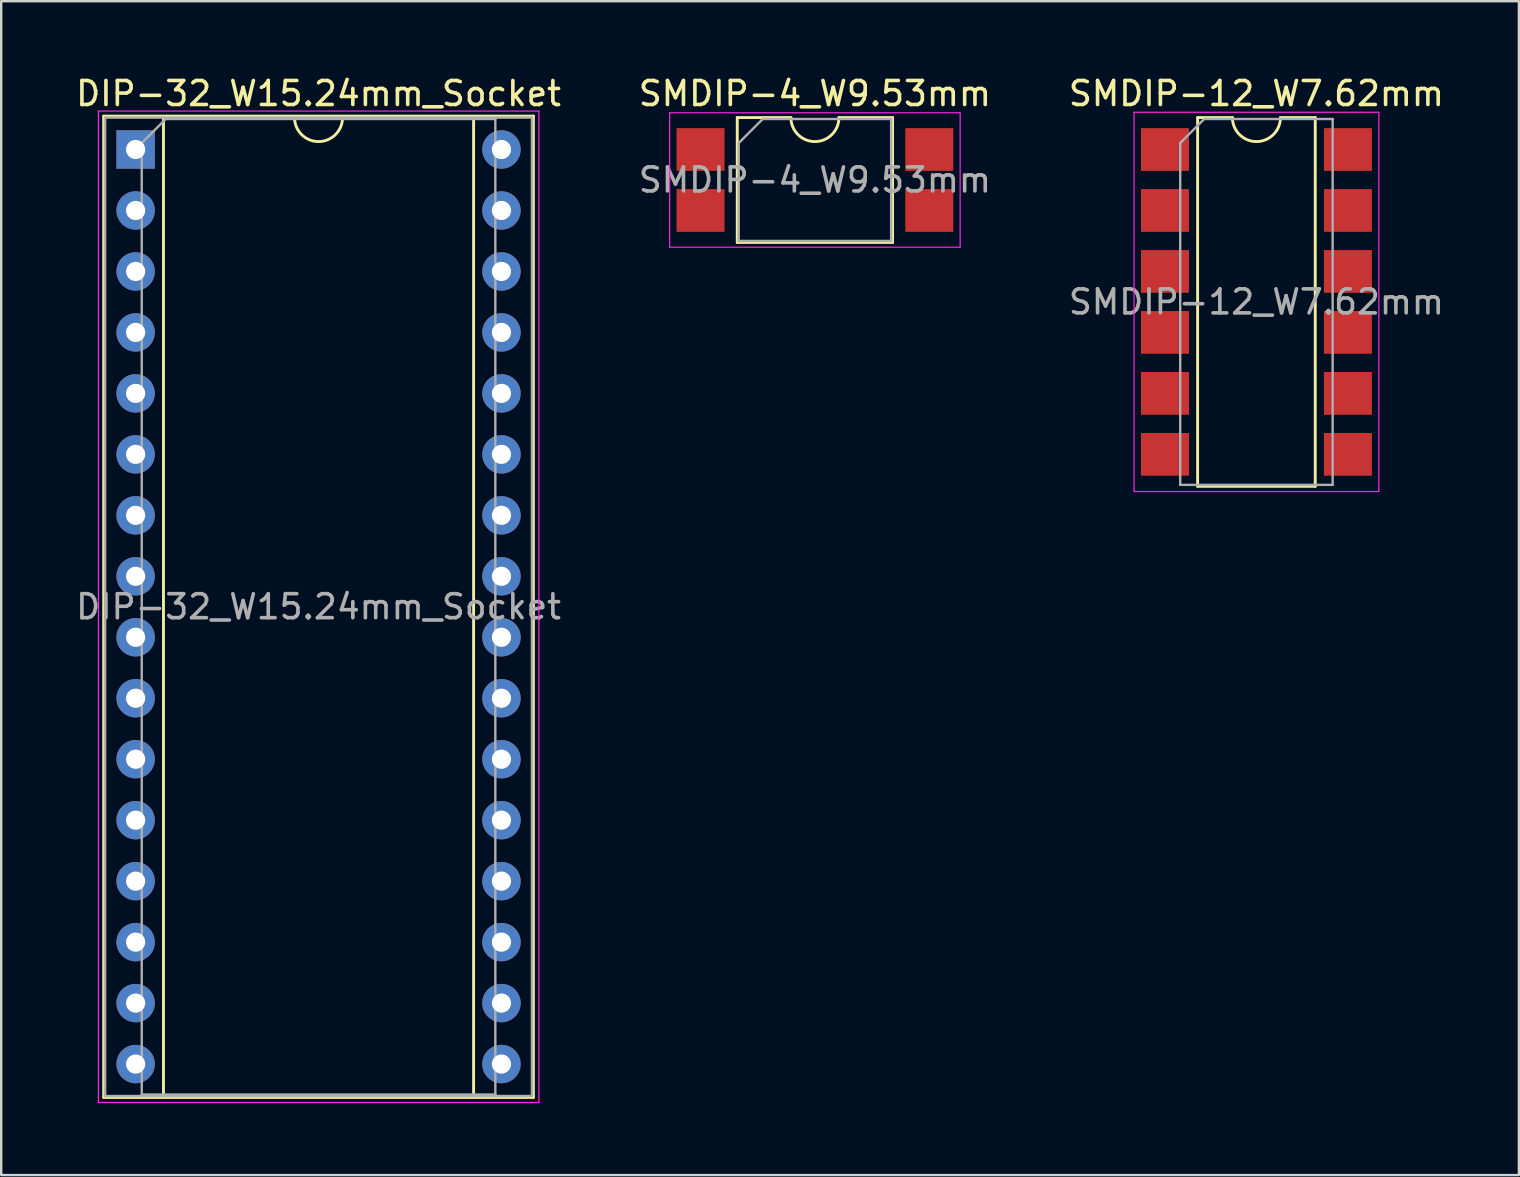
<source format=kicad_pcb>
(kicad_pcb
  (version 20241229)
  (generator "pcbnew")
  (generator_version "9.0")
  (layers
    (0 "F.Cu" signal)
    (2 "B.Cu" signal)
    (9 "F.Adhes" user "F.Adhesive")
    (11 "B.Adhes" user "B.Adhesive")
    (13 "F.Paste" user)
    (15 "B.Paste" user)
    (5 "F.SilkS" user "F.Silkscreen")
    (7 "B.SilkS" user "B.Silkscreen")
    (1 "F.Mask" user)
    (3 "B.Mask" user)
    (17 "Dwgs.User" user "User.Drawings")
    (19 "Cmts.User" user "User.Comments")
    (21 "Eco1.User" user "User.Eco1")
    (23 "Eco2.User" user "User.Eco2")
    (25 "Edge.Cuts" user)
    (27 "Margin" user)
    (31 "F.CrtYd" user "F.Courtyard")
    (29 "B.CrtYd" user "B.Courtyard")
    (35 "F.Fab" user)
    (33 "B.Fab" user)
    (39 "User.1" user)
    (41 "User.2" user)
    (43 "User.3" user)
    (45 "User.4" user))
  (footprint "SMDIP-4_W9.53mm"
    (layer "F.Cu")
    (at 30.899 4.448)
    (property "Reference" "SMDIP-4_W9.53mm" (at 0 -3.6 0) (layer "F.SilkS") (effects (font (size 1 1) (thickness 0.15))))
    (attr smd)
    (fp_line (start -3.235 -2.6) (end -3.235 2.6) (stroke (width 0.12) (type solid)) (layer "F.SilkS"))
    (fp_line (start -3.235 2.6) (end 3.235 2.6) (stroke (width 0.12) (type solid)) (layer "F.SilkS"))
    (fp_line (start -1 -2.6) (end -3.235 -2.6) (stroke (width 0.12) (type solid)) (layer "F.SilkS"))
    (fp_line (start 3.235 -2.6) (end 1 -2.6) (stroke (width 0.12) (type solid)) (layer "F.SilkS"))
    (fp_line (start 3.235 2.6) (end 3.235 -2.6) (stroke (width 0.12) (type solid)) (layer "F.SilkS"))
    (fp_arc (start 1 -2.6) (mid 0 -1.6) (end -1 -2.6) (stroke (width 0.12) (type solid)) (layer "F.SilkS"))
    (fp_line (start -6.05 -2.8) (end -6.05 2.8) (stroke (width 0.05) (type solid)) (layer "F.CrtYd"))
    (fp_line (start -6.05 2.8) (end 6.05 2.8) (stroke (width 0.05) (type solid)) (layer "F.CrtYd"))
    (fp_line (start 6.05 -2.8) (end -6.05 -2.8) (stroke (width 0.05) (type solid)) (layer "F.CrtYd"))
    (fp_line (start 6.05 2.8) (end 6.05 -2.8) (stroke (width 0.05) (type solid)) (layer "F.CrtYd"))
    (fp_line (start -3.175 -1.54) (end -2.175 -2.54) (stroke (width 0.1) (type solid)) (layer "F.Fab"))
    (fp_line (start -3.175 2.54) (end -3.175 -1.54) (stroke (width 0.1) (type solid)) (layer "F.Fab"))
    (fp_line (start -2.175 -2.54) (end 3.175 -2.54) (stroke (width 0.1) (type solid)) (layer "F.Fab"))
    (fp_line (start 3.175 -2.54) (end 3.175 2.54) (stroke (width 0.1) (type solid)) (layer "F.Fab"))
    (fp_line (start 3.175 2.54) (end -3.175 2.54) (stroke (width 0.1) (type solid)) (layer "F.Fab"))
    (fp_text user "${REFERENCE}" (at 0 0 0) (layer "F.Fab") (effects (font (size 1 1) (thickness 0.15))))
    (pad "1" smd rect (at -4.765 -1.27) (size 2 1.78) (layers "F.Cu" "F.Mask" "F.Paste"))
    (pad "2" smd rect (at -4.765 1.27) (size 2 1.78) (layers "F.Cu" "F.Mask" "F.Paste"))
    (pad "3" smd rect (at 4.765 1.27) (size 2 1.78) (layers "F.Cu" "F.Mask" "F.Paste"))
    (pad "4" smd rect (at 4.765 -1.27) (size 2 1.78) (layers "F.Cu" "F.Mask" "F.Paste")))
  (footprint "SMDIP-12_W7.62mm"
    (layer "F.Cu")
    (at 49.292 9.528)
    (property "Reference" "SMDIP-12_W7.62mm" (at 0 -8.68 0) (layer "F.SilkS") (effects (font (size 1 1) (thickness 0.15))))
    (attr smd)
    (fp_line (start -2.45 -7.68) (end -2.45 7.68) (stroke (width 0.12) (type solid)) (layer "F.SilkS"))
    (fp_line (start -2.45 7.68) (end 2.45 7.68) (stroke (width 0.12) (type solid)) (layer "F.SilkS"))
    (fp_line (start -1 -7.68) (end -2.45 -7.68) (stroke (width 0.12) (type solid)) (layer "F.SilkS"))
    (fp_line (start 2.45 -7.68) (end 1 -7.68) (stroke (width 0.12) (type solid)) (layer "F.SilkS"))
    (fp_line (start 2.45 7.68) (end 2.45 -7.68) (stroke (width 0.12) (type solid)) (layer "F.SilkS"))
    (fp_arc (start 1 -7.68) (mid 0 -6.68) (end -1 -7.68) (stroke (width 0.12) (type solid)) (layer "F.SilkS"))
    (fp_line (start -5.1 -7.9) (end -5.1 7.9) (stroke (width 0.05) (type solid)) (layer "F.CrtYd"))
    (fp_line (start -5.1 7.9) (end 5.1 7.9) (stroke (width 0.05) (type solid)) (layer "F.CrtYd"))
    (fp_line (start 5.1 -7.9) (end -5.1 -7.9) (stroke (width 0.05) (type solid)) (layer "F.CrtYd"))
    (fp_line (start 5.1 7.9) (end 5.1 -7.9) (stroke (width 0.05) (type solid)) (layer "F.CrtYd"))
    (fp_line (start -3.175 -6.62) (end -2.175 -7.62) (stroke (width 0.1) (type solid)) (layer "F.Fab"))
    (fp_line (start -3.175 7.62) (end -3.175 -6.62) (stroke (width 0.1) (type solid)) (layer "F.Fab"))
    (fp_line (start -2.175 -7.62) (end 3.175 -7.62) (stroke (width 0.1) (type solid)) (layer "F.Fab"))
    (fp_line (start 3.175 -7.62) (end 3.175 7.62) (stroke (width 0.1) (type solid)) (layer "F.Fab"))
    (fp_line (start 3.175 7.62) (end -3.175 7.62) (stroke (width 0.1) (type solid)) (layer "F.Fab"))
    (fp_text user "${REFERENCE}" (at 0 0 0) (layer "F.Fab") (effects (font (size 1 1) (thickness 0.15))))
    (pad "1" smd rect (at -3.81 -6.35) (size 2 1.78) (layers "F.Cu" "F.Mask" "F.Paste"))
    (pad "2" smd rect (at -3.81 -3.81) (size 2 1.78) (layers "F.Cu" "F.Mask" "F.Paste"))
    (pad "3" smd rect (at -3.81 -1.27) (size 2 1.78) (layers "F.Cu" "F.Mask" "F.Paste"))
    (pad "4" smd rect (at -3.81 1.27) (size 2 1.78) (layers "F.Cu" "F.Mask" "F.Paste"))
    (pad "5" smd rect (at -3.81 3.81) (size 2 1.78) (layers "F.Cu" "F.Mask" "F.Paste"))
    (pad "6" smd rect (at -3.81 6.35) (size 2 1.78) (layers "F.Cu" "F.Mask" "F.Paste"))
    (pad "7" smd rect (at 3.81 6.35) (size 2 1.78) (layers "F.Cu" "F.Mask" "F.Paste"))
    (pad "8" smd rect (at 3.81 3.81) (size 2 1.78) (layers "F.Cu" "F.Mask" "F.Paste"))
    (pad "9" smd rect (at 3.81 1.27) (size 2 1.78) (layers "F.Cu" "F.Mask" "F.Paste"))
    (pad "10" smd rect (at 3.81 -1.27) (size 2 1.78) (layers "F.Cu" "F.Mask" "F.Paste"))
    (pad "11" smd rect (at 3.81 -3.81) (size 2 1.78) (layers "F.Cu" "F.Mask" "F.Paste"))
    (pad "12" smd rect (at 3.81 -6.35) (size 2 1.78) (layers "F.Cu" "F.Mask" "F.Paste")))
  (footprint "DIP-32_W15.24mm_Socket"
    (layer "F.Cu")
    (at 2.6 3.178)
    (property "Reference" "DIP-32_W15.24mm_Socket" (at 7.62 -2.33 0) (layer "F.SilkS") (effects (font (size 1 1) (thickness 0.15))))
    (attr through_hole)
    (fp_line (start -1.33 -1.39) (end -1.33 39.49) (stroke (width 0.12) (type solid)) (layer "F.SilkS"))
    (fp_line (start -1.33 39.49) (end 16.57 39.49) (stroke (width 0.12) (type solid)) (layer "F.SilkS"))
    (fp_line (start 1.16 -1.33) (end 1.16 39.43) (stroke (width 0.12) (type solid)) (layer "F.SilkS"))
    (fp_line (start 1.16 39.43) (end 14.08 39.43) (stroke (width 0.12) (type solid)) (layer "F.SilkS"))
    (fp_line (start 6.62 -1.33) (end 1.16 -1.33) (stroke (width 0.12) (type solid)) (layer "F.SilkS"))
    (fp_line (start 14.08 -1.33) (end 8.62 -1.33) (stroke (width 0.12) (type solid)) (layer "F.SilkS"))
    (fp_line (start 14.08 39.43) (end 14.08 -1.33) (stroke (width 0.12) (type solid)) (layer "F.SilkS"))
    (fp_line (start 16.57 -1.39) (end -1.33 -1.39) (stroke (width 0.12) (type solid)) (layer "F.SilkS"))
    (fp_line (start 16.57 39.49) (end 16.57 -1.39) (stroke (width 0.12) (type solid)) (layer "F.SilkS"))
    (fp_arc (start 8.62 -1.33) (mid 7.62 -0.33) (end 6.62 -1.33) (stroke (width 0.12) (type solid)) (layer "F.SilkS"))
    (fp_line (start -1.55 -1.6) (end -1.55 39.7) (stroke (width 0.05) (type solid)) (layer "F.CrtYd"))
    (fp_line (start -1.55 39.7) (end 16.8 39.7) (stroke (width 0.05) (type solid)) (layer "F.CrtYd"))
    (fp_line (start 16.8 -1.6) (end -1.55 -1.6) (stroke (width 0.05) (type solid)) (layer "F.CrtYd"))
    (fp_line (start 16.8 39.7) (end 16.8 -1.6) (stroke (width 0.05) (type solid)) (layer "F.CrtYd"))
    (fp_line (start -1.27 -1.33) (end -1.27 39.43) (stroke (width 0.1) (type solid)) (layer "F.Fab"))
    (fp_line (start -1.27 39.43) (end 16.51 39.43) (stroke (width 0.1) (type solid)) (layer "F.Fab"))
    (fp_line (start 0.255 -0.27) (end 1.255 -1.27) (stroke (width 0.1) (type solid)) (layer "F.Fab"))
    (fp_line (start 0.255 39.37) (end 0.255 -0.27) (stroke (width 0.1) (type solid)) (layer "F.Fab"))
    (fp_line (start 1.255 -1.27) (end 14.985 -1.27) (stroke (width 0.1) (type solid)) (layer "F.Fab"))
    (fp_line (start 14.985 -1.27) (end 14.985 39.37) (stroke (width 0.1) (type solid)) (layer "F.Fab"))
    (fp_line (start 14.985 39.37) (end 0.255 39.37) (stroke (width 0.1) (type solid)) (layer "F.Fab"))
    (fp_line (start 16.51 -1.33) (end -1.27 -1.33) (stroke (width 0.1) (type solid)) (layer "F.Fab"))
    (fp_line (start 16.51 39.43) (end 16.51 -1.33) (stroke (width 0.1) (type solid)) (layer "F.Fab"))
    (fp_text user "${REFERENCE}" (at 7.62 19.05 0) (layer "F.Fab") (effects (font (size 1 1) (thickness 0.15))))
    (pad "1" thru_hole rect (at 0 0) (size 1.6 1.6) (drill 0.8) (layers "*.Cu" "*.Mask"))
    (pad "2" thru_hole oval (at 0 2.54) (size 1.6 1.6) (drill 0.8) (layers "*.Cu" "*.Mask"))
    (pad "3" thru_hole oval (at 0 5.08) (size 1.6 1.6) (drill 0.8) (layers "*.Cu" "*.Mask"))
    (pad "4" thru_hole oval (at 0 7.62) (size 1.6 1.6) (drill 0.8) (layers "*.Cu" "*.Mask"))
    (pad "5" thru_hole oval (at 0 10.16) (size 1.6 1.6) (drill 0.8) (layers "*.Cu" "*.Mask"))
    (pad "6" thru_hole oval (at 0 12.7) (size 1.6 1.6) (drill 0.8) (layers "*.Cu" "*.Mask"))
    (pad "7" thru_hole oval (at 0 15.24) (size 1.6 1.6) (drill 0.8) (layers "*.Cu" "*.Mask"))
    (pad "8" thru_hole oval (at 0 17.78) (size 1.6 1.6) (drill 0.8) (layers "*.Cu" "*.Mask"))
    (pad "9" thru_hole oval (at 0 20.32) (size 1.6 1.6) (drill 0.8) (layers "*.Cu" "*.Mask"))
    (pad "10" thru_hole oval (at 0 22.86) (size 1.6 1.6) (drill 0.8) (layers "*.Cu" "*.Mask"))
    (pad "11" thru_hole oval (at 0 25.4) (size 1.6 1.6) (drill 0.8) (layers "*.Cu" "*.Mask"))
    (pad "12" thru_hole oval (at 0 27.94) (size 1.6 1.6) (drill 0.8) (layers "*.Cu" "*.Mask"))
    (pad "13" thru_hole oval (at 0 30.48) (size 1.6 1.6) (drill 0.8) (layers "*.Cu" "*.Mask"))
    (pad "14" thru_hole oval (at 0 33.02) (size 1.6 1.6) (drill 0.8) (layers "*.Cu" "*.Mask"))
    (pad "15" thru_hole oval (at 0 35.56) (size 1.6 1.6) (drill 0.8) (layers "*.Cu" "*.Mask"))
    (pad "16" thru_hole oval (at 0 38.1) (size 1.6 1.6) (drill 0.8) (layers "*.Cu" "*.Mask"))
    (pad "17" thru_hole oval (at 15.24 38.1) (size 1.6 1.6) (drill 0.8) (layers "*.Cu" "*.Mask"))
    (pad "18" thru_hole oval (at 15.24 35.56) (size 1.6 1.6) (drill 0.8) (layers "*.Cu" "*.Mask"))
    (pad "19" thru_hole oval (at 15.24 33.02) (size 1.6 1.6) (drill 0.8) (layers "*.Cu" "*.Mask"))
    (pad "20" thru_hole oval (at 15.24 30.48) (size 1.6 1.6) (drill 0.8) (layers "*.Cu" "*.Mask"))
    (pad "21" thru_hole oval (at 15.24 27.94) (size 1.6 1.6) (drill 0.8) (layers "*.Cu" "*.Mask"))
    (pad "22" thru_hole oval (at 15.24 25.4) (size 1.6 1.6) (drill 0.8) (layers "*.Cu" "*.Mask"))
    (pad "23" thru_hole oval (at 15.24 22.86) (size 1.6 1.6) (drill 0.8) (layers "*.Cu" "*.Mask"))
    (pad "24" thru_hole oval (at 15.24 20.32) (size 1.6 1.6) (drill 0.8) (layers "*.Cu" "*.Mask"))
    (pad "25" thru_hole oval (at 15.24 17.78) (size 1.6 1.6) (drill 0.8) (layers "*.Cu" "*.Mask"))
    (pad "26" thru_hole oval (at 15.24 15.24) (size 1.6 1.6) (drill 0.8) (layers "*.Cu" "*.Mask"))
    (pad "27" thru_hole oval (at 15.24 12.7) (size 1.6 1.6) (drill 0.8) (layers "*.Cu" "*.Mask"))
    (pad "28" thru_hole oval (at 15.24 10.16) (size 1.6 1.6) (drill 0.8) (layers "*.Cu" "*.Mask"))
    (pad "29" thru_hole oval (at 15.24 7.62) (size 1.6 1.6) (drill 0.8) (layers "*.Cu" "*.Mask"))
    (pad "30" thru_hole oval (at 15.24 5.08) (size 1.6 1.6) (drill 0.8) (layers "*.Cu" "*.Mask"))
    (pad "31" thru_hole oval (at 15.24 2.54) (size 1.6 1.6) (drill 0.8) (layers "*.Cu" "*.Mask"))
    (pad "32" thru_hole oval (at 15.24 0) (size 1.6 1.6) (drill 0.8) (layers "*.Cu" "*.Mask")))
  (gr_rect
    (start -3 -3)
    (end 60.226 45.903)
    (stroke (width 0.1) (type default))
    (fill no)
    (layer "Edge.Cuts")))
</source>
